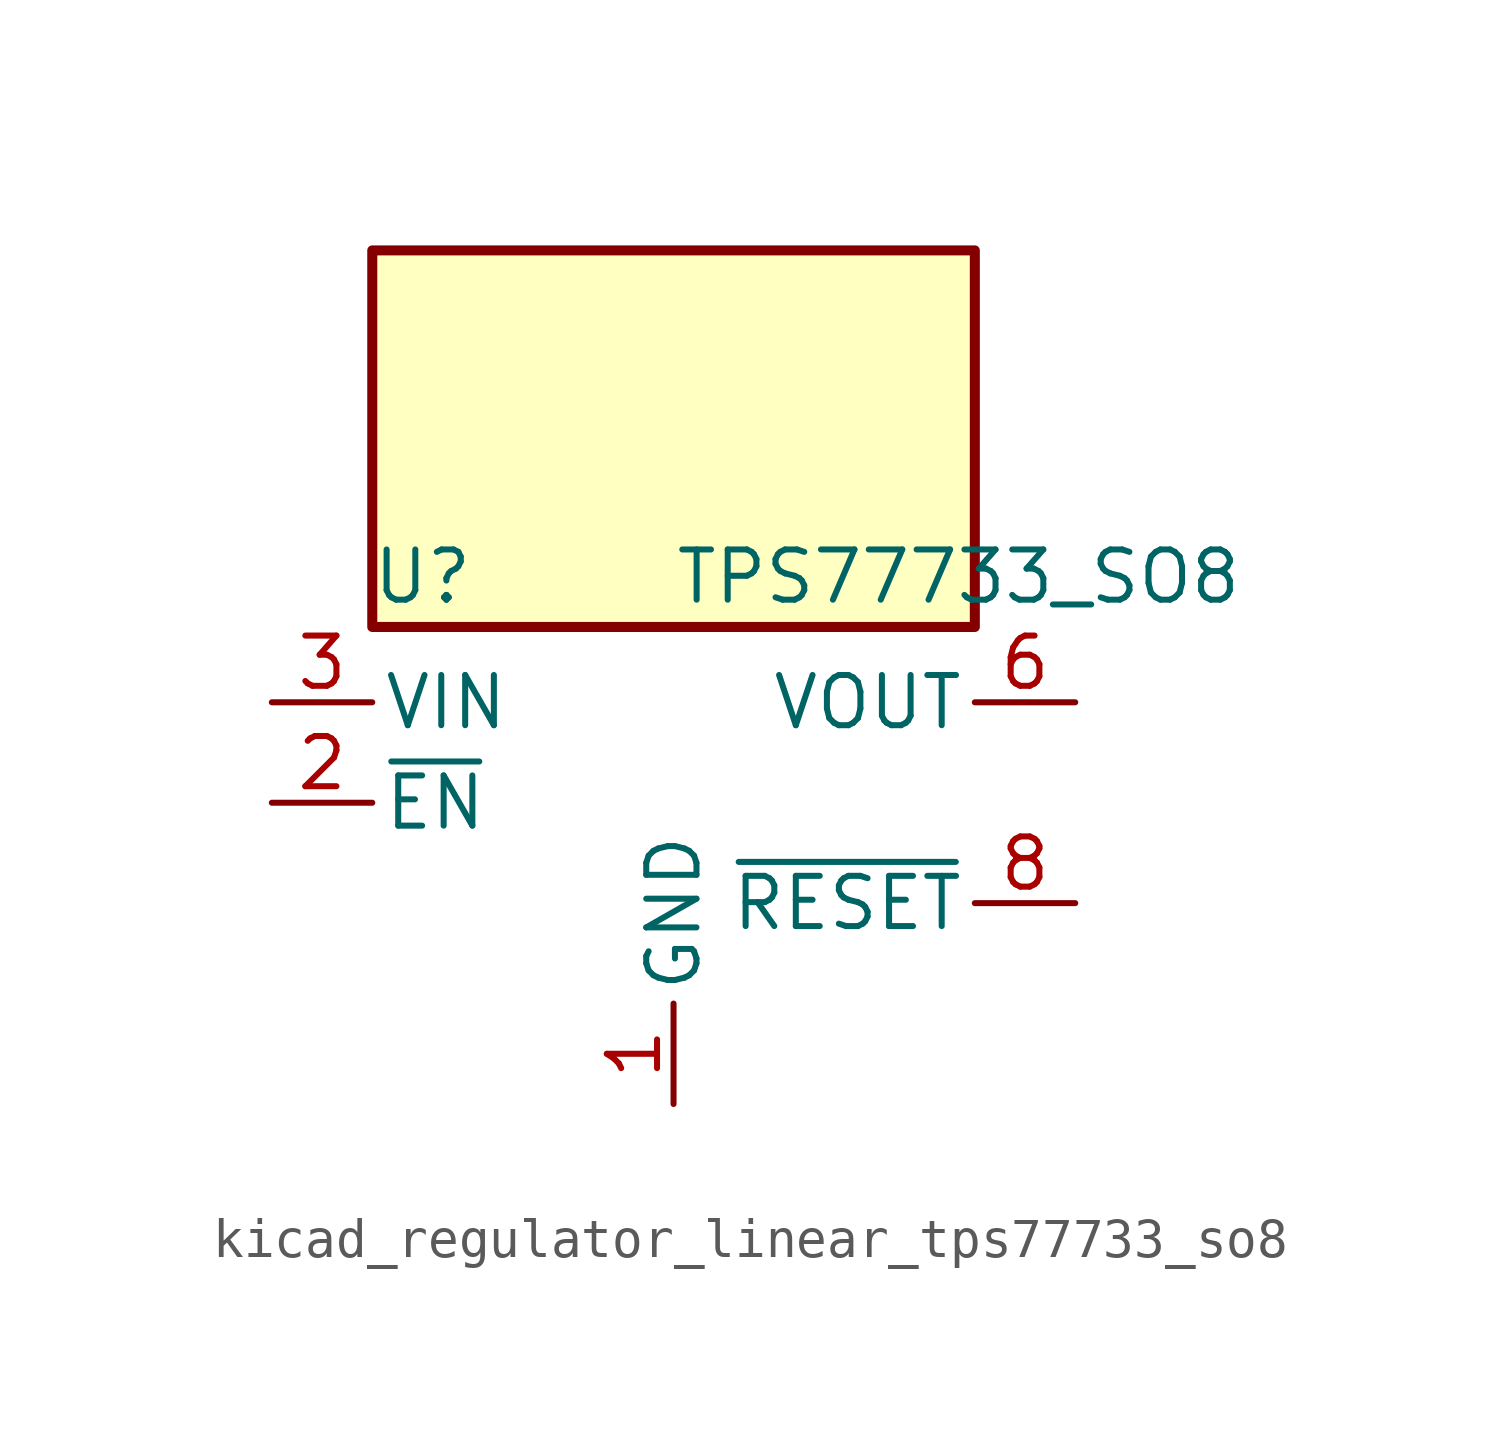
<source format=kicad_sym>
(kicad_symbol_lib
  (version 20220914)
  (generator kicad_symbol_editor)
  (symbol "kicad_regulator_linear_tps77733_so8"
    (pin_names
      (offset 0.254))
    (property "Reference" "U"
      (at -6.35 5.715 0)
      (effects (font (size 1.27 1.27))))
    (property "Value" "TPS77733_SO8"
      (at 0 5.715 0)
      (effects (font (size 1.27 1.27)) (justify left)))
    (symbol "kicad_regulator_linear_tps77733_so8_0_1"
      (rectangle (start 7.62 13.97) (end -7.62 4.445) (stroke (width 0.254) (type default)) (fill (type background))))
    (symbol "kicad_regulator_linear_tps77733_so8_1_1"
      (pin power_in line (at 0 -7.62 90) (length 2.54) (name "GND" (effects (font (size 1.27 1.27)))) (number "1" (effects (font (size 1.27 1.27)))))
      (pin input line (at -10.16 0 0) (length 2.54) (name "~{EN}" (effects (font (size 1.27 1.27)))) (number "2" (effects (font (size 1.27 1.27)))))
      (pin power_in line (at -10.16 2.54 0) (length 2.54) (name "VIN" (effects (font (size 1.27 1.27)))) (number "3" (effects (font (size 1.27 1.27)))))
      (pin passive line (at -10.16 2.54 0) (length 2.54) hide (name "VIN" (effects (font (size 1.27 1.27)))) (number "4" (effects (font (size 1.27 1.27)))))
      (pin passive line (at 10.16 2.54 180) (length 2.54) hide (name "VOUT" (effects (font (size 1.27 1.27)))) (number "5" (effects (font (size 1.27 1.27)))))
      (pin power_out line (at 10.16 2.54 180) (length 2.54) (name "VOUT" (effects (font (size 1.27 1.27)))) (number "6" (effects (font (size 1.27 1.27)))))
      (pin no_connect line (at 7.62 0 180) (length 2.54) hide (name "NC" (effects (font (size 1.27 1.27)))) (number "7" (effects (font (size 1.27 1.27)))))
      (pin open_collector line (at 10.16 -2.54 180) (length 2.54) (name "~{RESET}" (effects (font (size 1.27 1.27)))) (number "8" (effects (font (size 1.27 1.27))))))))
</source>
